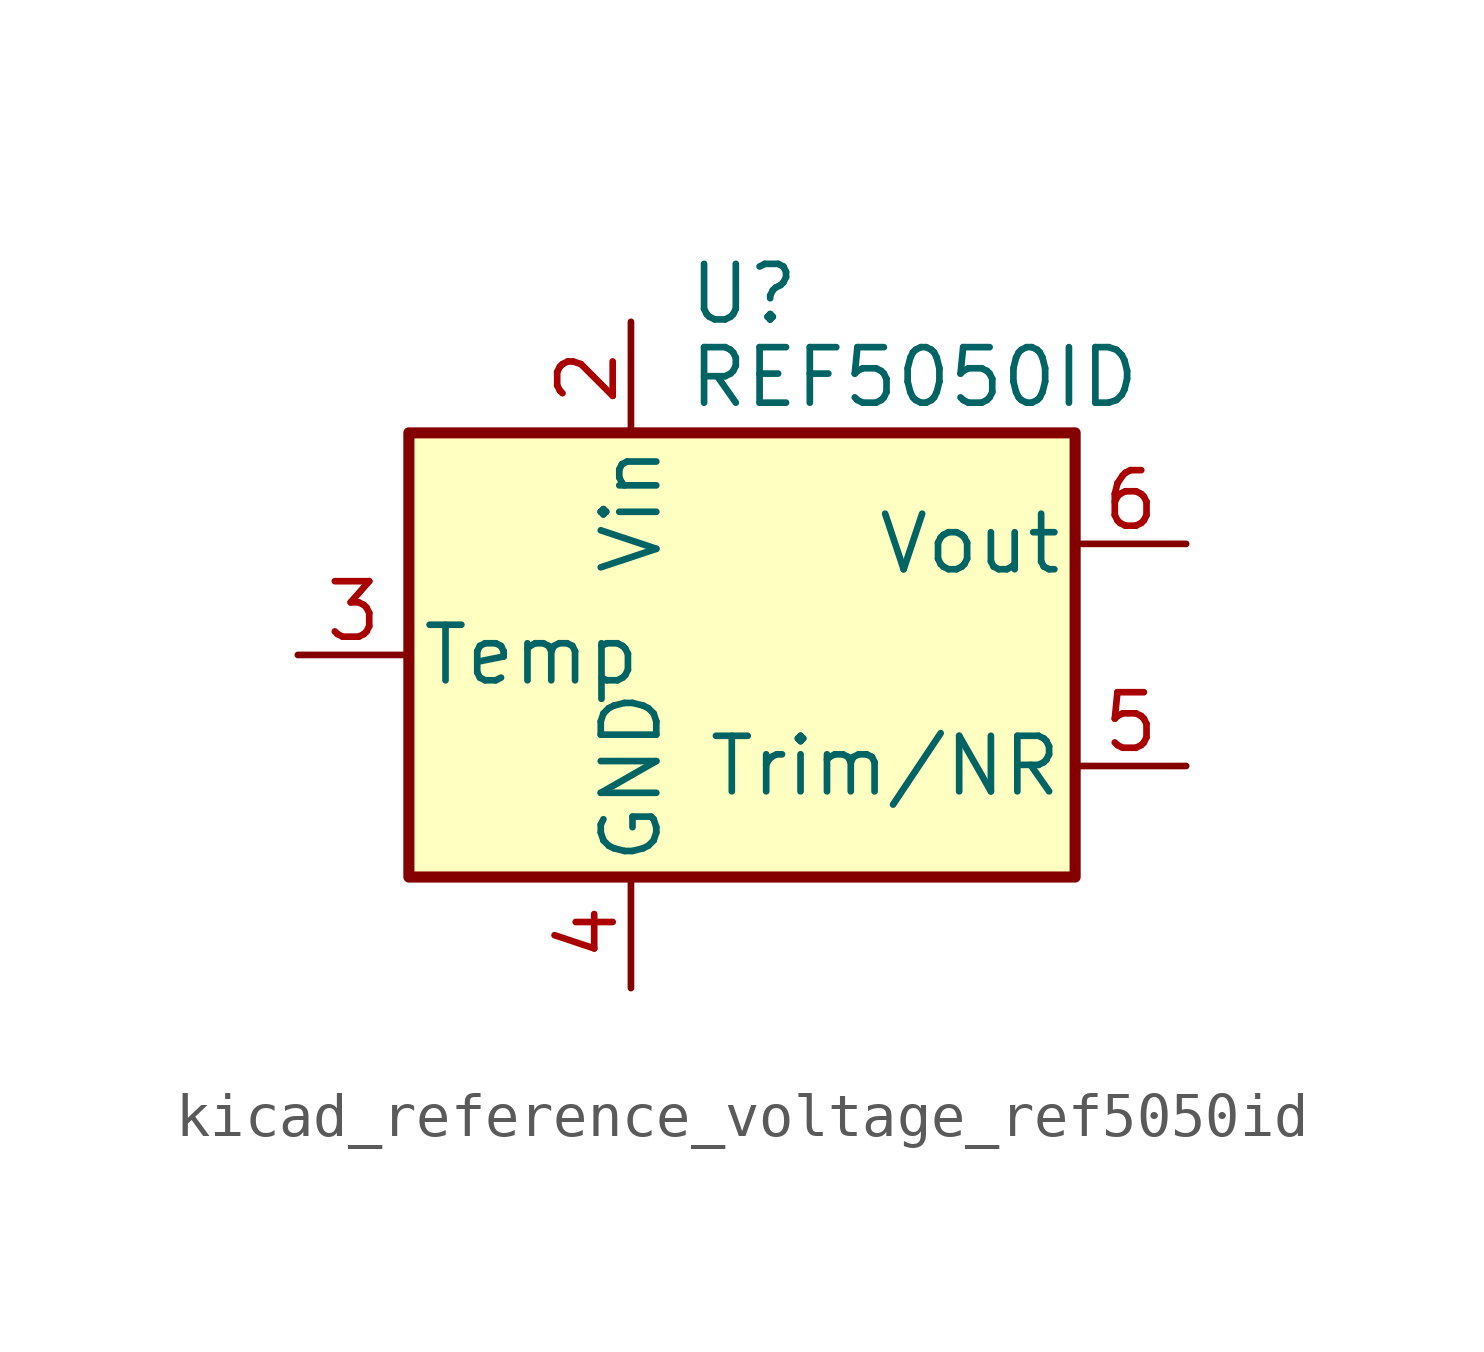
<source format=kicad_sym>
(kicad_symbol_lib
  (version 20220914)
  (generator kicad_symbol_editor)
  (symbol "kicad_reference_voltage_ref5050id"
    (pin_names
      (offset 0.254))
    (property "Reference" "U"
      (at -1.27 8.255 0)
      (effects (font (size 1.27 1.27)) (justify left)))
    (property "Value" "REF5050ID"
      (at -1.27 6.35 0)
      (effects (font (size 1.27 1.27)) (justify left)))
    (symbol "kicad_reference_voltage_ref5050id_0_1"
      (rectangle (start -7.62 5.08) (end 7.62 -5.08) (stroke (width 0.254) (type default)) (fill (type background))))
    (symbol "kicad_reference_voltage_ref5050id_1_1"
      (pin no_connect line (at -7.62 2.54 0) (length 2.54) hide (name "DNC" (effects (font (size 1.27 1.27)))) (number "1" (effects (font (size 1.27 1.27)))))
      (pin power_in line (at -2.54 7.62 270) (length 2.54) (name "Vin" (effects (font (size 1.27 1.27)))) (number "2" (effects (font (size 1.27 1.27)))))
      (pin passive line (at -10.16 0 0) (length 2.54) (name "Temp" (effects (font (size 1.27 1.27)))) (number "3" (effects (font (size 1.27 1.27)))))
      (pin power_in line (at -2.54 -7.62 90) (length 2.54) (name "GND" (effects (font (size 1.27 1.27)))) (number "4" (effects (font (size 1.27 1.27)))))
      (pin passive line (at 10.16 -2.54 180) (length 2.54) (name "Trim/NR" (effects (font (size 1.27 1.27)))) (number "5" (effects (font (size 1.27 1.27)))))
      (pin power_out line (at 10.16 2.54 180) (length 2.54) (name "Vout" (effects (font (size 1.27 1.27)))) (number "6" (effects (font (size 1.27 1.27)))))
      (pin no_connect line (at -5.08 -5.08 90) (length 2.54) hide (name "NC" (effects (font (size 1.27 1.27)))) (number "7" (effects (font (size 1.27 1.27)))))
      (pin no_connect line (at 7.62 0 180) (length 2.54) hide (name "DNC" (effects (font (size 1.27 1.27)))) (number "8" (effects (font (size 1.27 1.27))))))))
</source>
